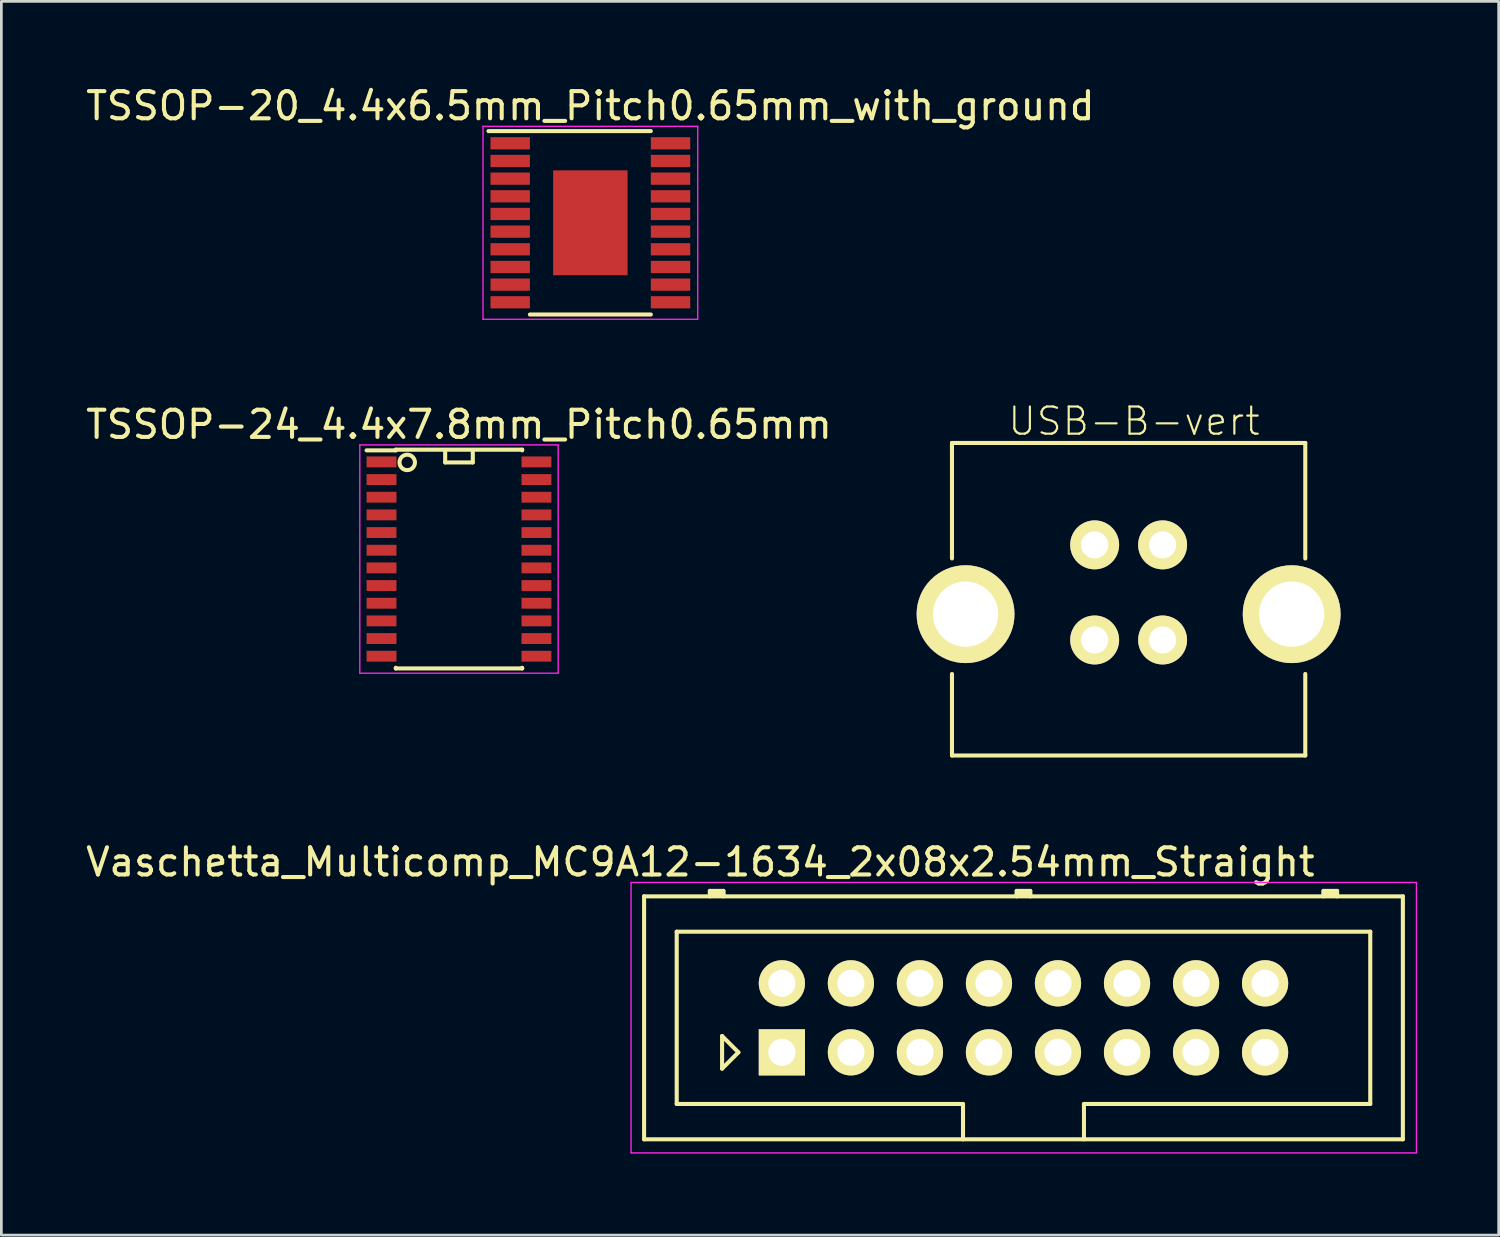
<source format=kicad_pcb>
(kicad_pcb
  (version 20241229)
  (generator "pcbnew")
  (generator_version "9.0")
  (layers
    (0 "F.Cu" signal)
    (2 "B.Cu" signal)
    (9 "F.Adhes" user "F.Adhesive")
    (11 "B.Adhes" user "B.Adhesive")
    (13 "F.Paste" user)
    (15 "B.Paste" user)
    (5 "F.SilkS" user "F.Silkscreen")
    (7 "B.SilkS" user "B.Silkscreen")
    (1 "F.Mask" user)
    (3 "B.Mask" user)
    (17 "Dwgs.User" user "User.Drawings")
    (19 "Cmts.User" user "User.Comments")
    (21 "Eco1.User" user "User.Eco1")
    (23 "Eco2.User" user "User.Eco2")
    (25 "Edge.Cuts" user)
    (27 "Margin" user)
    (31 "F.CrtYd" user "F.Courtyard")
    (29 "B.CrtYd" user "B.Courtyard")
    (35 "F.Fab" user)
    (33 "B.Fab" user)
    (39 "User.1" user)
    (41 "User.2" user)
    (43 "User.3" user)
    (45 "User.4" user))
  (footprint "TSSOP-24_4.4x7.8mm_Pitch0.65mm"
    (layer "F.Cu")
    (at 13.839 17.521)
    (property "Reference" "TSSOP-24_4.4x7.8mm_Pitch0.65mm" (at 0 -4.95 0) (layer "F.SilkS") (effects (font (size 1 1) (thickness 0.15))))
    (attr smd)
    (fp_line (start -2.325 -4.025) (end -2.325 -4) (stroke (width 0.15) (type solid)) (layer "F.SilkS"))
    (fp_line (start -2.325 -4.025) (end 2.325 -4.025) (stroke (width 0.15) (type solid)) (layer "F.SilkS"))
    (fp_line (start -2.325 -4) (end -3.4 -4) (stroke (width 0.15) (type solid)) (layer "F.SilkS"))
    (fp_line (start -2.325 4.025) (end -2.325 4) (stroke (width 0.15) (type solid)) (layer "F.SilkS"))
    (fp_line (start -2.325 4.025) (end 2.325 4.025) (stroke (width 0.15) (type solid)) (layer "F.SilkS"))
    (fp_line (start -0.508 -3.937) (end -0.508 -3.556) (stroke (width 0.15) (type solid)) (layer "F.SilkS"))
    (fp_line (start -0.508 -3.556) (end 0.508 -3.556) (stroke (width 0.15) (type solid)) (layer "F.SilkS"))
    (fp_line (start 0.508 -3.556) (end 0.508 -3.937) (stroke (width 0.15) (type solid)) (layer "F.SilkS"))
    (fp_line (start 2.325 -4.025) (end 2.325 -4) (stroke (width 0.15) (type solid)) (layer "F.SilkS"))
    (fp_line (start 2.325 4.025) (end 2.325 4) (stroke (width 0.15) (type solid)) (layer "F.SilkS"))
    (fp_circle (center -1.905 -3.556) (end -1.778 -3.302) (stroke (width 0.15) (type solid)) (fill no) (layer "F.SilkS"))
    (fp_line (start -3.65 -4.2) (end -3.65 4.2) (stroke (width 0.05) (type solid)) (layer "F.CrtYd"))
    (fp_line (start -3.65 -4.2) (end 3.65 -4.2) (stroke (width 0.05) (type solid)) (layer "F.CrtYd"))
    (fp_line (start -3.65 4.2) (end 3.65 4.2) (stroke (width 0.05) (type solid)) (layer "F.CrtYd"))
    (fp_line (start 3.65 -4.2) (end 3.65 4.2) (stroke (width 0.05) (type solid)) (layer "F.CrtYd"))
    (pad "1" smd rect (at -2.85 -3.575) (size 1.1 0.4) (layers "F.Cu" "F.Mask" "F.Paste"))
    (pad "2" smd rect (at -2.85 -2.925) (size 1.1 0.4) (layers "F.Cu" "F.Mask" "F.Paste"))
    (pad "3" smd rect (at -2.85 -2.275) (size 1.1 0.4) (layers "F.Cu" "F.Mask" "F.Paste"))
    (pad "4" smd rect (at -2.85 -1.625) (size 1.1 0.4) (layers "F.Cu" "F.Mask" "F.Paste"))
    (pad "5" smd rect (at -2.85 -0.975) (size 1.1 0.4) (layers "F.Cu" "F.Mask" "F.Paste"))
    (pad "6" smd rect (at -2.85 -0.325) (size 1.1 0.4) (layers "F.Cu" "F.Mask" "F.Paste"))
    (pad "7" smd rect (at -2.85 0.325) (size 1.1 0.4) (layers "F.Cu" "F.Mask" "F.Paste"))
    (pad "8" smd rect (at -2.85 0.975) (size 1.1 0.4) (layers "F.Cu" "F.Mask" "F.Paste"))
    (pad "9" smd rect (at -2.85 1.625) (size 1.1 0.4) (layers "F.Cu" "F.Mask" "F.Paste"))
    (pad "10" smd rect (at -2.85 2.275) (size 1.1 0.4) (layers "F.Cu" "F.Mask" "F.Paste"))
    (pad "11" smd rect (at -2.85 2.925) (size 1.1 0.4) (layers "F.Cu" "F.Mask" "F.Paste"))
    (pad "12" smd rect (at -2.85 3.575) (size 1.1 0.4) (layers "F.Cu" "F.Mask" "F.Paste"))
    (pad "13" smd rect (at 2.85 3.575) (size 1.1 0.4) (layers "F.Cu" "F.Mask" "F.Paste"))
    (pad "14" smd rect (at 2.85 2.925) (size 1.1 0.4) (layers "F.Cu" "F.Mask" "F.Paste"))
    (pad "15" smd rect (at 2.85 2.275) (size 1.1 0.4) (layers "F.Cu" "F.Mask" "F.Paste"))
    (pad "16" smd rect (at 2.85 1.625) (size 1.1 0.4) (layers "F.Cu" "F.Mask" "F.Paste"))
    (pad "17" smd rect (at 2.85 0.975) (size 1.1 0.4) (layers "F.Cu" "F.Mask" "F.Paste"))
    (pad "18" smd rect (at 2.85 0.325) (size 1.1 0.4) (layers "F.Cu" "F.Mask" "F.Paste"))
    (pad "19" smd rect (at 2.85 -0.325) (size 1.1 0.4) (layers "F.Cu" "F.Mask" "F.Paste"))
    (pad "20" smd rect (at 2.85 -0.975) (size 1.1 0.4) (layers "F.Cu" "F.Mask" "F.Paste"))
    (pad "21" smd rect (at 2.85 -1.625) (size 1.1 0.4) (layers "F.Cu" "F.Mask" "F.Paste"))
    (pad "22" smd rect (at 2.85 -2.275) (size 1.1 0.4) (layers "F.Cu" "F.Mask" "F.Paste"))
    (pad "23" smd rect (at 2.85 -2.925) (size 1.1 0.4) (layers "F.Cu" "F.Mask" "F.Paste"))
    (pad "24" smd rect (at 2.85 -3.575) (size 1.1 0.4) (layers "F.Cu" "F.Mask" "F.Paste")))
  (footprint "USB-B-vert"
    (layer "F.Cu")
    (at 38.479 19.249)
    (property "Reference" "USB-B-vert" (at 0.2 -6.8 180) (layer "F.SilkS") (effects (font (size 1 1) (thickness 0.08))))
    (attr through_hole)
    (fp_line (start -6.5 -6) (end 6.5 -6) (stroke (width 0.15) (type solid)) (layer "F.SilkS"))
    (fp_line (start -6.5 -1.75) (end -6.5 -6) (stroke (width 0.15) (type solid)) (layer "F.SilkS"))
    (fp_line (start -6.5 5.5) (end -6.5 2.5) (stroke (width 0.15) (type solid)) (layer "F.SilkS"))
    (fp_line (start -6.5 5.5) (end 6.5 5.5) (stroke (width 0.15) (type solid)) (layer "F.SilkS"))
    (fp_line (start 6.5 -6) (end 6.5 -1.75) (stroke (width 0.15) (type solid)) (layer "F.SilkS"))
    (fp_line (start 6.5 5.5) (end 6.5 2.5) (stroke (width 0.15) (type solid)) (layer "F.SilkS"))
    (pad "1" thru_hole circle (at 1.25 -2.25) (size 1.8 1.8) (drill 1) (layers "*.Cu" "*.Mask" "F.SilkS"))
    (pad "2" thru_hole circle (at -1.25 -2.25) (size 1.8 1.8) (drill 1) (layers "*.Cu" "*.Mask" "F.SilkS"))
    (pad "3" thru_hole circle (at -1.25 1.25) (size 1.8 1.8) (drill 1) (layers "*.Cu" "*.Mask" "F.SilkS"))
    (pad "4" thru_hole circle (at 1.25 1.25) (size 1.8 1.8) (drill 1) (layers "*.Cu" "*.Mask" "F.SilkS"))
    (pad "5" thru_hole circle (at -6 0.3) (size 3.6 3.6) (drill 2.4) (layers "*.Cu" "*.Mask" "F.SilkS"))
    (pad "6" thru_hole circle (at 6 0.3) (size 3.6 3.6) (drill 2.4) (layers "*.Cu" "*.Mask" "F.SilkS")))
  (footprint "TSSOP-20_4.4x6.5mm_Pitch0.65mm_with_ground"
    (layer "F.Cu")
    (at 18.673 5.148)
    (property "Reference" "TSSOP-20_4.4x6.5mm_Pitch0.65mm_with_ground" (at 0 -4.3 0) (layer "F.SilkS") (effects (font (size 1 1) (thickness 0.15))))
    (attr smd)
    (fp_line (start -3.75 -3.375) (end 2.225 -3.375) (stroke (width 0.15) (type solid)) (layer "F.SilkS"))
    (fp_line (start -2.225 3.375) (end 2.225 3.375) (stroke (width 0.15) (type solid)) (layer "F.SilkS"))
    (fp_line (start -3.95 -3.55) (end -3.95 3.55) (stroke (width 0.05) (type solid)) (layer "F.CrtYd"))
    (fp_line (start -3.95 -3.55) (end 3.95 -3.55) (stroke (width 0.05) (type solid)) (layer "F.CrtYd"))
    (fp_line (start -3.95 3.55) (end 3.95 3.55) (stroke (width 0.05) (type solid)) (layer "F.CrtYd"))
    (fp_line (start 3.95 -3.55) (end 3.95 3.55) (stroke (width 0.05) (type solid)) (layer "F.CrtYd"))
    (pad "1" smd rect (at -2.95 -2.925) (size 1.45 0.45) (layers "F.Cu" "F.Mask" "F.Paste"))
    (pad "2" smd rect (at -2.95 -2.275) (size 1.45 0.45) (layers "F.Cu" "F.Mask" "F.Paste"))
    (pad "3" smd rect (at -2.95 -1.625) (size 1.45 0.45) (layers "F.Cu" "F.Mask" "F.Paste"))
    (pad "4" smd rect (at -2.95 -0.975) (size 1.45 0.45) (layers "F.Cu" "F.Mask" "F.Paste"))
    (pad "5" smd rect (at -2.95 -0.325) (size 1.45 0.45) (layers "F.Cu" "F.Mask" "F.Paste"))
    (pad "6" smd rect (at -2.95 0.325) (size 1.45 0.45) (layers "F.Cu" "F.Mask" "F.Paste"))
    (pad "7" smd rect (at -2.95 0.975) (size 1.45 0.45) (layers "F.Cu" "F.Mask" "F.Paste"))
    (pad "8" smd rect (at -2.95 1.625) (size 1.45 0.45) (layers "F.Cu" "F.Mask" "F.Paste"))
    (pad "9" smd rect (at -2.95 2.275) (size 1.45 0.45) (layers "F.Cu" "F.Mask" "F.Paste"))
    (pad "10" smd rect (at -2.95 2.925) (size 1.45 0.45) (layers "F.Cu" "F.Mask" "F.Paste"))
    (pad "11" smd rect (at 2.95 2.925) (size 1.45 0.45) (layers "F.Cu" "F.Mask" "F.Paste"))
    (pad "12" smd rect (at 2.95 2.275) (size 1.45 0.45) (layers "F.Cu" "F.Mask" "F.Paste"))
    (pad "13" smd rect (at 2.95 1.625) (size 1.45 0.45) (layers "F.Cu" "F.Mask" "F.Paste"))
    (pad "14" smd rect (at 2.95 0.975) (size 1.45 0.45) (layers "F.Cu" "F.Mask" "F.Paste"))
    (pad "15" smd rect (at 2.95 0.325) (size 1.45 0.45) (layers "F.Cu" "F.Mask" "F.Paste"))
    (pad "16" smd rect (at 2.95 -0.325) (size 1.45 0.45) (layers "F.Cu" "F.Mask" "F.Paste"))
    (pad "17" smd rect (at 2.95 -0.975) (size 1.45 0.45) (layers "F.Cu" "F.Mask" "F.Paste"))
    (pad "18" smd rect (at 2.95 -1.625) (size 1.45 0.45) (layers "F.Cu" "F.Mask" "F.Paste"))
    (pad "19" smd rect (at 2.95 -2.275) (size 1.45 0.45) (layers "F.Cu" "F.Mask" "F.Paste"))
    (pad "20" smd rect (at 2.95 -2.925) (size 1.45 0.45) (layers "F.Cu" "F.Mask" "F.Paste"))
    (pad "21" smd rect (at 0 0) (size 2.74 3.86) (layers "F.Cu" "F.Mask" "F.Paste")))
  (footprint "Vaschetta_Multicomp_MC9A12-1634_2x08x2.54mm_Straight"
    (layer "F.Cu")
    (at 25.72 35.672)
    (property "Reference" "Vaschetta_Multicomp_MC9A12-1634_2x08x2.54mm_Straight" (at -3 -7 0) (layer "F.SilkS") (effects (font (size 1 1) (thickness 0.15))))
    (attr through_hole)
    (fp_line (start -5.07 -5.74) (end 22.85 -5.74) (stroke (width 0.15) (type solid)) (layer "F.SilkS"))
    (fp_line (start -5.07 3.2) (end -5.07 -5.74) (stroke (width 0.15) (type solid)) (layer "F.SilkS"))
    (fp_line (start -3.87 -4.44) (end 21.65 -4.44) (stroke (width 0.15) (type solid)) (layer "F.SilkS"))
    (fp_line (start -3.87 1.9) (end -3.87 -4.44) (stroke (width 0.15) (type solid)) (layer "F.SilkS"))
    (fp_line (start -2.65 -5.94) (end -2.15 -5.94) (stroke (width 0.15) (type solid)) (layer "F.SilkS"))
    (fp_line (start -2.65 -5.84) (end -2.15 -5.84) (stroke (width 0.15) (type solid)) (layer "F.SilkS"))
    (fp_line (start -2.65 -5.74) (end -2.65 -5.94) (stroke (width 0.15) (type solid)) (layer "F.SilkS"))
    (fp_line (start -2.2 -0.6) (end -1.6 0) (stroke (width 0.15) (type solid)) (layer "F.SilkS"))
    (fp_line (start -2.2 0.6) (end -2.2 -0.6) (stroke (width 0.15) (type solid)) (layer "F.SilkS"))
    (fp_line (start -2.15 -5.94) (end -2.15 -5.74) (stroke (width 0.15) (type solid)) (layer "F.SilkS"))
    (fp_line (start -1.6 0) (end -2.2 0.6) (stroke (width 0.15) (type solid)) (layer "F.SilkS"))
    (fp_line (start 6.665 1.9) (end -3.87 1.9) (stroke (width 0.15) (type solid)) (layer "F.SilkS"))
    (fp_line (start 6.665 3.2) (end 6.665 1.9) (stroke (width 0.15) (type solid)) (layer "F.SilkS"))
    (fp_line (start 8.64 -5.94) (end 9.14 -5.94) (stroke (width 0.15) (type solid)) (layer "F.SilkS"))
    (fp_line (start 8.64 -5.84) (end 9.14 -5.84) (stroke (width 0.15) (type solid)) (layer "F.SilkS"))
    (fp_line (start 8.64 -5.74) (end 8.64 -5.94) (stroke (width 0.15) (type solid)) (layer "F.SilkS"))
    (fp_line (start 9.14 -5.94) (end 9.14 -5.74) (stroke (width 0.15) (type solid)) (layer "F.SilkS"))
    (fp_line (start 11.115 1.9) (end 11.115 3.2) (stroke (width 0.15) (type solid)) (layer "F.SilkS"))
    (fp_line (start 19.93 -5.94) (end 20.43 -5.94) (stroke (width 0.15) (type solid)) (layer "F.SilkS"))
    (fp_line (start 19.93 -5.84) (end 20.43 -5.84) (stroke (width 0.15) (type solid)) (layer "F.SilkS"))
    (fp_line (start 19.93 -5.74) (end 19.93 -5.94) (stroke (width 0.15) (type solid)) (layer "F.SilkS"))
    (fp_line (start 20.43 -5.94) (end 20.43 -5.74) (stroke (width 0.15) (type solid)) (layer "F.SilkS"))
    (fp_line (start 21.65 -4.44) (end 21.65 1.9) (stroke (width 0.15) (type solid)) (layer "F.SilkS"))
    (fp_line (start 21.65 1.9) (end 11.115 1.9) (stroke (width 0.15) (type solid)) (layer "F.SilkS"))
    (fp_line (start 22.85 -5.74) (end 22.85 3.2) (stroke (width 0.15) (type solid)) (layer "F.SilkS"))
    (fp_line (start 22.85 3.2) (end -5.07 3.2) (stroke (width 0.15) (type solid)) (layer "F.SilkS"))
    (fp_line (start -5.55 -6.25) (end 23.35 -6.25) (stroke (width 0.05) (type solid)) (layer "F.CrtYd"))
    (fp_line (start -5.55 3.7) (end -5.55 -6.25) (stroke (width 0.05) (type solid)) (layer "F.CrtYd"))
    (fp_line (start 23.35 -6.25) (end 23.35 3.7) (stroke (width 0.05) (type solid)) (layer "F.CrtYd"))
    (fp_line (start 23.35 3.7) (end -5.55 3.7) (stroke (width 0.05) (type solid)) (layer "F.CrtYd"))
    (pad "1" thru_hole rect (at 0 0) (size 1.7 1.7) (drill 1) (layers "*.Cu" "*.Mask" "F.SilkS"))
    (pad "2" thru_hole circle (at 0 -2.54) (size 1.7 1.7) (drill 1) (layers "*.Cu" "*.Mask" "F.SilkS"))
    (pad "3" thru_hole circle (at 2.54 0) (size 1.7 1.7) (drill 1) (layers "*.Cu" "*.Mask" "F.SilkS"))
    (pad "4" thru_hole circle (at 2.54 -2.54) (size 1.7 1.7) (drill 1) (layers "*.Cu" "*.Mask" "F.SilkS"))
    (pad "5" thru_hole circle (at 5.08 0) (size 1.7 1.7) (drill 1) (layers "*.Cu" "*.Mask" "F.SilkS"))
    (pad "6" thru_hole circle (at 5.08 -2.54) (size 1.7 1.7) (drill 1) (layers "*.Cu" "*.Mask" "F.SilkS"))
    (pad "7" thru_hole circle (at 7.62 0) (size 1.7 1.7) (drill 1) (layers "*.Cu" "*.Mask" "F.SilkS"))
    (pad "8" thru_hole circle (at 7.62 -2.54) (size 1.7 1.7) (drill 1) (layers "*.Cu" "*.Mask" "F.SilkS"))
    (pad "9" thru_hole circle (at 10.16 0) (size 1.7 1.7) (drill 1) (layers "*.Cu" "*.Mask" "F.SilkS"))
    (pad "10" thru_hole circle (at 10.16 -2.54) (size 1.7 1.7) (drill 1) (layers "*.Cu" "*.Mask" "F.SilkS"))
    (pad "11" thru_hole circle (at 12.7 0) (size 1.7 1.7) (drill 1) (layers "*.Cu" "*.Mask" "F.SilkS"))
    (pad "12" thru_hole circle (at 12.7 -2.54) (size 1.7 1.7) (drill 1) (layers "*.Cu" "*.Mask" "F.SilkS"))
    (pad "13" thru_hole circle (at 15.24 0) (size 1.7 1.7) (drill 1) (layers "*.Cu" "*.Mask" "F.SilkS"))
    (pad "14" thru_hole circle (at 15.24 -2.54) (size 1.7 1.7) (drill 1) (layers "*.Cu" "*.Mask" "F.SilkS"))
    (pad "15" thru_hole circle (at 17.78 0) (size 1.7 1.7) (drill 1) (layers "*.Cu" "*.Mask" "F.SilkS"))
    (pad "16" thru_hole circle (at 17.78 -2.54) (size 1.7 1.7) (drill 1) (layers "*.Cu" "*.Mask" "F.SilkS")))
  (gr_rect
    (start -3 -3)
    (end 52.095 42.397)
    (stroke (width 0.1) (type default))
    (fill no)
    (layer "Edge.Cuts")))
</source>
